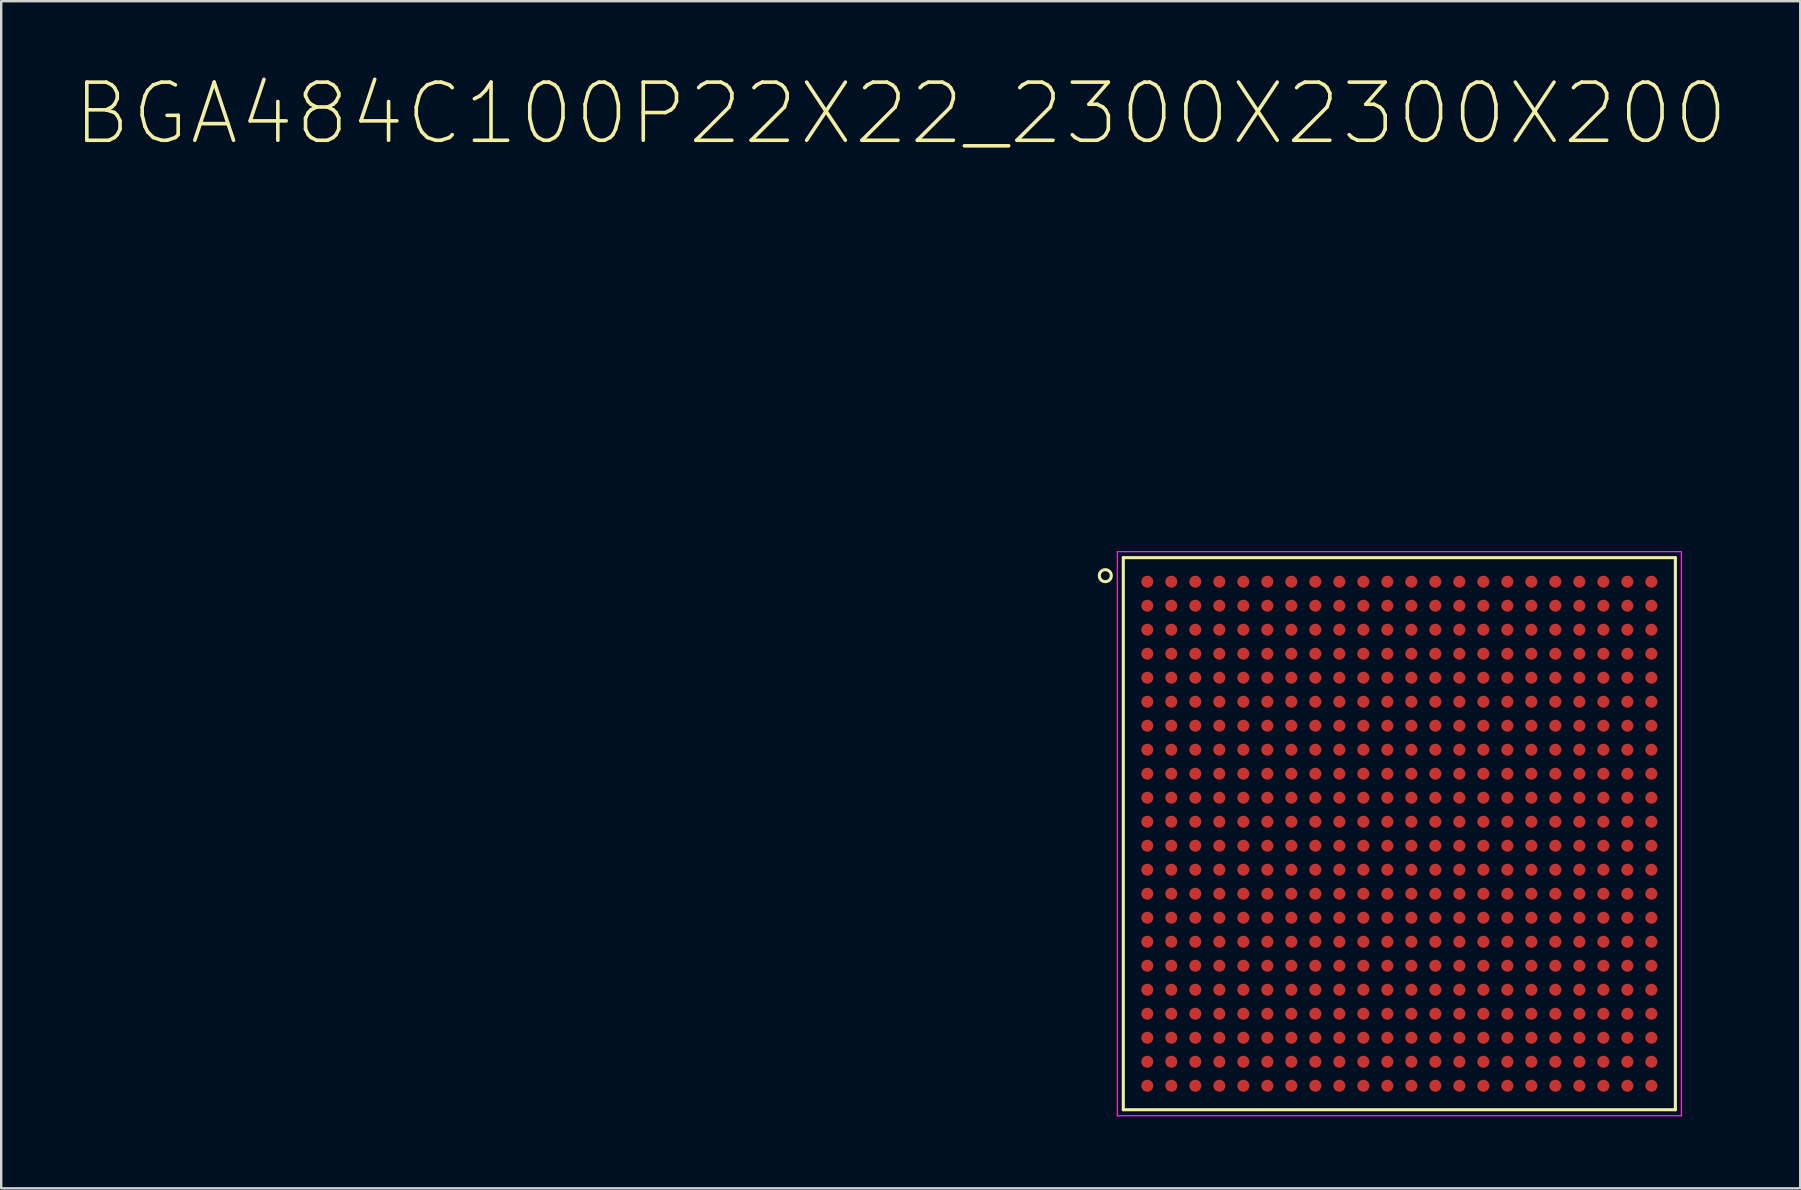
<source format=kicad_pcb>
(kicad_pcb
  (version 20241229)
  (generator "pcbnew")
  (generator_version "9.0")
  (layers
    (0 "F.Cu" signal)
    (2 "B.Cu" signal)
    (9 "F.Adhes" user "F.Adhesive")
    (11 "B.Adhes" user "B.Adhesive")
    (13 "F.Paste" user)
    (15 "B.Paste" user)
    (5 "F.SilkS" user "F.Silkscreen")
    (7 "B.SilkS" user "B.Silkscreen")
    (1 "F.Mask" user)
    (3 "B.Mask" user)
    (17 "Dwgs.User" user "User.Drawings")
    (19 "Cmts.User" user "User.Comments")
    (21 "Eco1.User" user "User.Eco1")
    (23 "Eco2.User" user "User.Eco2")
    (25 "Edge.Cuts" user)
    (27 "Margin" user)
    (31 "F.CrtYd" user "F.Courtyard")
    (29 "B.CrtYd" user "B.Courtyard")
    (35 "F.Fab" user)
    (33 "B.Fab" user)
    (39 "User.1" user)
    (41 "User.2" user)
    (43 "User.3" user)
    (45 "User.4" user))
  (footprint "BGA484C100P22X22_2300X2300X200"
    (layer "F.Cu")
    (at 55.248 31.683)
    (property "Reference" "BGA484C100P22X22_2300X2300X200" (at -20.773 -30.003 0) (layer "F.SilkS") (effects (font (size 2.422 2.422) (thickness 0.15))))
    (attr through_hole)
    (fp_line (start -11.5 -11.5) (end 11.5 -11.5) (stroke (width 0.127) (type solid)) (layer "F.SilkS"))
    (fp_line (start -11.5 11.5) (end -11.5 -11.5) (stroke (width 0.127) (type solid)) (layer "F.SilkS"))
    (fp_line (start 11.5 -11.5) (end 11.5 11.5) (stroke (width 0.127) (type solid)) (layer "F.SilkS"))
    (fp_line (start 11.5 11.5) (end -11.5 11.5) (stroke (width 0.127) (type solid)) (layer "F.SilkS"))
    (fp_circle (center -12.25 -10.75) (end -12 -10.75) (stroke (width 0.127) (type solid)) (fill no) (layer "F.SilkS"))
    (fp_line (start -11.75 -11.75) (end 11.75 -11.75) (stroke (width 0.05) (type solid)) (layer "F.CrtYd"))
    (fp_line (start -11.75 11.75) (end -11.75 -11.75) (stroke (width 0.05) (type solid)) (layer "F.CrtYd"))
    (fp_line (start 11.75 -11.75) (end 11.75 11.75) (stroke (width 0.05) (type solid)) (layer "F.CrtYd"))
    (fp_line (start 11.75 11.75) (end -11.75 11.75) (stroke (width 0.05) (type solid)) (layer "F.CrtYd"))
    (pad "A1" smd circle (at -10.5 -10.5) (size 0.5 0.5) (layers "F.Cu" "F.Mask" "F.Paste"))
    (pad "A2" smd circle (at -9.5 -10.5) (size 0.5 0.5) (layers "F.Cu" "F.Mask" "F.Paste"))
    (pad "A3" smd circle (at -8.5 -10.5) (size 0.5 0.5) (layers "F.Cu" "F.Mask" "F.Paste"))
    (pad "A4" smd circle (at -7.5 -10.5) (size 0.5 0.5) (layers "F.Cu" "F.Mask" "F.Paste"))
    (pad "A5" smd circle (at -6.5 -10.5) (size 0.5 0.5) (layers "F.Cu" "F.Mask" "F.Paste"))
    (pad "A6" smd circle (at -5.5 -10.5) (size 0.5 0.5) (layers "F.Cu" "F.Mask" "F.Paste"))
    (pad "A7" smd circle (at -4.5 -10.5) (size 0.5 0.5) (layers "F.Cu" "F.Mask" "F.Paste"))
    (pad "A8" smd circle (at -3.5 -10.5) (size 0.5 0.5) (layers "F.Cu" "F.Mask" "F.Paste"))
    (pad "A9" smd circle (at -2.5 -10.5) (size 0.5 0.5) (layers "F.Cu" "F.Mask" "F.Paste"))
    (pad "A10" smd circle (at -1.5 -10.5) (size 0.5 0.5) (layers "F.Cu" "F.Mask" "F.Paste"))
    (pad "A11" smd circle (at -0.5 -10.5) (size 0.5 0.5) (layers "F.Cu" "F.Mask" "F.Paste"))
    (pad "A12" smd circle (at 0.5 -10.5) (size 0.5 0.5) (layers "F.Cu" "F.Mask" "F.Paste"))
    (pad "A13" smd circle (at 1.5 -10.5) (size 0.5 0.5) (layers "F.Cu" "F.Mask" "F.Paste"))
    (pad "A14" smd circle (at 2.5 -10.5) (size 0.5 0.5) (layers "F.Cu" "F.Mask" "F.Paste"))
    (pad "A15" smd circle (at 3.5 -10.5) (size 0.5 0.5) (layers "F.Cu" "F.Mask" "F.Paste"))
    (pad "A16" smd circle (at 4.5 -10.5) (size 0.5 0.5) (layers "F.Cu" "F.Mask" "F.Paste"))
    (pad "A17" smd circle (at 5.5 -10.5) (size 0.5 0.5) (layers "F.Cu" "F.Mask" "F.Paste"))
    (pad "A18" smd circle (at 6.5 -10.5) (size 0.5 0.5) (layers "F.Cu" "F.Mask" "F.Paste"))
    (pad "A19" smd circle (at 7.5 -10.5) (size 0.5 0.5) (layers "F.Cu" "F.Mask" "F.Paste"))
    (pad "A20" smd circle (at 8.5 -10.5) (size 0.5 0.5) (layers "F.Cu" "F.Mask" "F.Paste"))
    (pad "A21" smd circle (at 9.5 -10.5) (size 0.5 0.5) (layers "F.Cu" "F.Mask" "F.Paste"))
    (pad "A22" smd circle (at 10.5 -10.5) (size 0.5 0.5) (layers "F.Cu" "F.Mask" "F.Paste"))
    (pad "AA1" smd circle (at -10.5 9.5) (size 0.5 0.5) (layers "F.Cu" "F.Mask" "F.Paste"))
    (pad "AA2" smd circle (at -9.5 9.5) (size 0.5 0.5) (layers "F.Cu" "F.Mask" "F.Paste"))
    (pad "AA3" smd circle (at -8.5 9.5) (size 0.5 0.5) (layers "F.Cu" "F.Mask" "F.Paste"))
    (pad "AA4" smd circle (at -7.5 9.5) (size 0.5 0.5) (layers "F.Cu" "F.Mask" "F.Paste"))
    (pad "AA5" smd circle (at -6.5 9.5) (size 0.5 0.5) (layers "F.Cu" "F.Mask" "F.Paste"))
    (pad "AA6" smd circle (at -5.5 9.5) (size 0.5 0.5) (layers "F.Cu" "F.Mask" "F.Paste"))
    (pad "AA7" smd circle (at -4.5 9.5) (size 0.5 0.5) (layers "F.Cu" "F.Mask" "F.Paste"))
    (pad "AA8" smd circle (at -3.5 9.5) (size 0.5 0.5) (layers "F.Cu" "F.Mask" "F.Paste"))
    (pad "AA9" smd circle (at -2.5 9.5) (size 0.5 0.5) (layers "F.Cu" "F.Mask" "F.Paste"))
    (pad "AA10" smd circle (at -1.5 9.5) (size 0.5 0.5) (layers "F.Cu" "F.Mask" "F.Paste"))
    (pad "AA11" smd circle (at -0.5 9.5) (size 0.5 0.5) (layers "F.Cu" "F.Mask" "F.Paste"))
    (pad "AA12" smd circle (at 0.5 9.5) (size 0.5 0.5) (layers "F.Cu" "F.Mask" "F.Paste"))
    (pad "AA13" smd circle (at 1.5 9.5) (size 0.5 0.5) (layers "F.Cu" "F.Mask" "F.Paste"))
    (pad "AA14" smd circle (at 2.5 9.5) (size 0.5 0.5) (layers "F.Cu" "F.Mask" "F.Paste"))
    (pad "AA15" smd circle (at 3.5 9.5) (size 0.5 0.5) (layers "F.Cu" "F.Mask" "F.Paste"))
    (pad "AA16" smd circle (at 4.5 9.5) (size 0.5 0.5) (layers "F.Cu" "F.Mask" "F.Paste"))
    (pad "AA17" smd circle (at 5.5 9.5) (size 0.5 0.5) (layers "F.Cu" "F.Mask" "F.Paste"))
    (pad "AA18" smd circle (at 6.5 9.5) (size 0.5 0.5) (layers "F.Cu" "F.Mask" "F.Paste"))
    (pad "AA19" smd circle (at 7.5 9.5) (size 0.5 0.5) (layers "F.Cu" "F.Mask" "F.Paste"))
    (pad "AA20" smd circle (at 8.5 9.5) (size 0.5 0.5) (layers "F.Cu" "F.Mask" "F.Paste"))
    (pad "AA21" smd circle (at 9.5 9.5) (size 0.5 0.5) (layers "F.Cu" "F.Mask" "F.Paste"))
    (pad "AA22" smd circle (at 10.5 9.5) (size 0.5 0.5) (layers "F.Cu" "F.Mask" "F.Paste"))
    (pad "AB1" smd circle (at -10.5 10.5) (size 0.5 0.5) (layers "F.Cu" "F.Mask" "F.Paste"))
    (pad "AB2" smd circle (at -9.5 10.5) (size 0.5 0.5) (layers "F.Cu" "F.Mask" "F.Paste"))
    (pad "AB3" smd circle (at -8.5 10.5) (size 0.5 0.5) (layers "F.Cu" "F.Mask" "F.Paste"))
    (pad "AB4" smd circle (at -7.5 10.5) (size 0.5 0.5) (layers "F.Cu" "F.Mask" "F.Paste"))
    (pad "AB5" smd circle (at -6.5 10.5) (size 0.5 0.5) (layers "F.Cu" "F.Mask" "F.Paste"))
    (pad "AB6" smd circle (at -5.5 10.5) (size 0.5 0.5) (layers "F.Cu" "F.Mask" "F.Paste"))
    (pad "AB7" smd circle (at -4.5 10.5) (size 0.5 0.5) (layers "F.Cu" "F.Mask" "F.Paste"))
    (pad "AB8" smd circle (at -3.5 10.5) (size 0.5 0.5) (layers "F.Cu" "F.Mask" "F.Paste"))
    (pad "AB9" smd circle (at -2.5 10.5) (size 0.5 0.5) (layers "F.Cu" "F.Mask" "F.Paste"))
    (pad "AB10" smd circle (at -1.5 10.5) (size 0.5 0.5) (layers "F.Cu" "F.Mask" "F.Paste"))
    (pad "AB11" smd circle (at -0.5 10.5) (size 0.5 0.5) (layers "F.Cu" "F.Mask" "F.Paste"))
    (pad "AB12" smd circle (at 0.5 10.5) (size 0.5 0.5) (layers "F.Cu" "F.Mask" "F.Paste"))
    (pad "AB13" smd circle (at 1.5 10.5) (size 0.5 0.5) (layers "F.Cu" "F.Mask" "F.Paste"))
    (pad "AB14" smd circle (at 2.5 10.5) (size 0.5 0.5) (layers "F.Cu" "F.Mask" "F.Paste"))
    (pad "AB15" smd circle (at 3.5 10.5) (size 0.5 0.5) (layers "F.Cu" "F.Mask" "F.Paste"))
    (pad "AB16" smd circle (at 4.5 10.5) (size 0.5 0.5) (layers "F.Cu" "F.Mask" "F.Paste"))
    (pad "AB17" smd circle (at 5.5 10.5) (size 0.5 0.5) (layers "F.Cu" "F.Mask" "F.Paste"))
    (pad "AB18" smd circle (at 6.5 10.5) (size 0.5 0.5) (layers "F.Cu" "F.Mask" "F.Paste"))
    (pad "AB19" smd circle (at 7.5 10.5) (size 0.5 0.5) (layers "F.Cu" "F.Mask" "F.Paste"))
    (pad "AB20" smd circle (at 8.5 10.5) (size 0.5 0.5) (layers "F.Cu" "F.Mask" "F.Paste"))
    (pad "AB21" smd circle (at 9.5 10.5) (size 0.5 0.5) (layers "F.Cu" "F.Mask" "F.Paste"))
    (pad "AB22" smd circle (at 10.5 10.5) (size 0.5 0.5) (layers "F.Cu" "F.Mask" "F.Paste"))
    (pad "B1" smd circle (at -10.5 -9.5) (size 0.5 0.5) (layers "F.Cu" "F.Mask" "F.Paste"))
    (pad "B2" smd circle (at -9.5 -9.5) (size 0.5 0.5) (layers "F.Cu" "F.Mask" "F.Paste"))
    (pad "B3" smd circle (at -8.5 -9.5) (size 0.5 0.5) (layers "F.Cu" "F.Mask" "F.Paste"))
    (pad "B4" smd circle (at -7.5 -9.5) (size 0.5 0.5) (layers "F.Cu" "F.Mask" "F.Paste"))
    (pad "B5" smd circle (at -6.5 -9.5) (size 0.5 0.5) (layers "F.Cu" "F.Mask" "F.Paste"))
    (pad "B6" smd circle (at -5.5 -9.5) (size 0.5 0.5) (layers "F.Cu" "F.Mask" "F.Paste"))
    (pad "B7" smd circle (at -4.5 -9.5) (size 0.5 0.5) (layers "F.Cu" "F.Mask" "F.Paste"))
    (pad "B8" smd circle (at -3.5 -9.5) (size 0.5 0.5) (layers "F.Cu" "F.Mask" "F.Paste"))
    (pad "B9" smd circle (at -2.5 -9.5) (size 0.5 0.5) (layers "F.Cu" "F.Mask" "F.Paste"))
    (pad "B10" smd circle (at -1.5 -9.5) (size 0.5 0.5) (layers "F.Cu" "F.Mask" "F.Paste"))
    (pad "B11" smd circle (at -0.5 -9.5) (size 0.5 0.5) (layers "F.Cu" "F.Mask" "F.Paste"))
    (pad "B12" smd circle (at 0.5 -9.5) (size 0.5 0.5) (layers "F.Cu" "F.Mask" "F.Paste"))
    (pad "B13" smd circle (at 1.5 -9.5) (size 0.5 0.5) (layers "F.Cu" "F.Mask" "F.Paste"))
    (pad "B14" smd circle (at 2.5 -9.5) (size 0.5 0.5) (layers "F.Cu" "F.Mask" "F.Paste"))
    (pad "B15" smd circle (at 3.5 -9.5) (size 0.5 0.5) (layers "F.Cu" "F.Mask" "F.Paste"))
    (pad "B16" smd circle (at 4.5 -9.5) (size 0.5 0.5) (layers "F.Cu" "F.Mask" "F.Paste"))
    (pad "B17" smd circle (at 5.5 -9.5) (size 0.5 0.5) (layers "F.Cu" "F.Mask" "F.Paste"))
    (pad "B18" smd circle (at 6.5 -9.5) (size 0.5 0.5) (layers "F.Cu" "F.Mask" "F.Paste"))
    (pad "B19" smd circle (at 7.5 -9.5) (size 0.5 0.5) (layers "F.Cu" "F.Mask" "F.Paste"))
    (pad "B20" smd circle (at 8.5 -9.5) (size 0.5 0.5) (layers "F.Cu" "F.Mask" "F.Paste"))
    (pad "B21" smd circle (at 9.5 -9.5) (size 0.5 0.5) (layers "F.Cu" "F.Mask" "F.Paste"))
    (pad "B22" smd circle (at 10.5 -9.5) (size 0.5 0.5) (layers "F.Cu" "F.Mask" "F.Paste"))
    (pad "C1" smd circle (at -10.5 -8.5) (size 0.5 0.5) (layers "F.Cu" "F.Mask" "F.Paste"))
    (pad "C2" smd circle (at -9.5 -8.5) (size 0.5 0.5) (layers "F.Cu" "F.Mask" "F.Paste"))
    (pad "C3" smd circle (at -8.5 -8.5) (size 0.5 0.5) (layers "F.Cu" "F.Mask" "F.Paste"))
    (pad "C4" smd circle (at -7.5 -8.5) (size 0.5 0.5) (layers "F.Cu" "F.Mask" "F.Paste"))
    (pad "C5" smd circle (at -6.5 -8.5) (size 0.5 0.5) (layers "F.Cu" "F.Mask" "F.Paste"))
    (pad "C6" smd circle (at -5.5 -8.5) (size 0.5 0.5) (layers "F.Cu" "F.Mask" "F.Paste"))
    (pad "C7" smd circle (at -4.5 -8.5) (size 0.5 0.5) (layers "F.Cu" "F.Mask" "F.Paste"))
    (pad "C8" smd circle (at -3.5 -8.5) (size 0.5 0.5) (layers "F.Cu" "F.Mask" "F.Paste"))
    (pad "C9" smd circle (at -2.5 -8.5) (size 0.5 0.5) (layers "F.Cu" "F.Mask" "F.Paste"))
    (pad "C10" smd circle (at -1.5 -8.5) (size 0.5 0.5) (layers "F.Cu" "F.Mask" "F.Paste"))
    (pad "C11" smd circle (at -0.5 -8.5) (size 0.5 0.5) (layers "F.Cu" "F.Mask" "F.Paste"))
    (pad "C12" smd circle (at 0.5 -8.5) (size 0.5 0.5) (layers "F.Cu" "F.Mask" "F.Paste"))
    (pad "C13" smd circle (at 1.5 -8.5) (size 0.5 0.5) (layers "F.Cu" "F.Mask" "F.Paste"))
    (pad "C14" smd circle (at 2.5 -8.5) (size 0.5 0.5) (layers "F.Cu" "F.Mask" "F.Paste"))
    (pad "C15" smd circle (at 3.5 -8.5) (size 0.5 0.5) (layers "F.Cu" "F.Mask" "F.Paste"))
    (pad "C16" smd circle (at 4.5 -8.5) (size 0.5 0.5) (layers "F.Cu" "F.Mask" "F.Paste"))
    (pad "C17" smd circle (at 5.5 -8.5) (size 0.5 0.5) (layers "F.Cu" "F.Mask" "F.Paste"))
    (pad "C18" smd circle (at 6.5 -8.5) (size 0.5 0.5) (layers "F.Cu" "F.Mask" "F.Paste"))
    (pad "C19" smd circle (at 7.5 -8.5) (size 0.5 0.5) (layers "F.Cu" "F.Mask" "F.Paste"))
    (pad "C20" smd circle (at 8.5 -8.5) (size 0.5 0.5) (layers "F.Cu" "F.Mask" "F.Paste"))
    (pad "C21" smd circle (at 9.5 -8.5) (size 0.5 0.5) (layers "F.Cu" "F.Mask" "F.Paste"))
    (pad "C22" smd circle (at 10.5 -8.5) (size 0.5 0.5) (layers "F.Cu" "F.Mask" "F.Paste"))
    (pad "D1" smd circle (at -10.5 -7.5) (size 0.5 0.5) (layers "F.Cu" "F.Mask" "F.Paste"))
    (pad "D2" smd circle (at -9.5 -7.5) (size 0.5 0.5) (layers "F.Cu" "F.Mask" "F.Paste"))
    (pad "D3" smd circle (at -8.5 -7.5) (size 0.5 0.5) (layers "F.Cu" "F.Mask" "F.Paste"))
    (pad "D4" smd circle (at -7.5 -7.5) (size 0.5 0.5) (layers "F.Cu" "F.Mask" "F.Paste"))
    (pad "D5" smd circle (at -6.5 -7.5) (size 0.5 0.5) (layers "F.Cu" "F.Mask" "F.Paste"))
    (pad "D6" smd circle (at -5.5 -7.5) (size 0.5 0.5) (layers "F.Cu" "F.Mask" "F.Paste"))
    (pad "D7" smd circle (at -4.5 -7.5) (size 0.5 0.5) (layers "F.Cu" "F.Mask" "F.Paste"))
    (pad "D8" smd circle (at -3.5 -7.5) (size 0.5 0.5) (layers "F.Cu" "F.Mask" "F.Paste"))
    (pad "D9" smd circle (at -2.5 -7.5) (size 0.5 0.5) (layers "F.Cu" "F.Mask" "F.Paste"))
    (pad "D10" smd circle (at -1.5 -7.5) (size 0.5 0.5) (layers "F.Cu" "F.Mask" "F.Paste"))
    (pad "D11" smd circle (at -0.5 -7.5) (size 0.5 0.5) (layers "F.Cu" "F.Mask" "F.Paste"))
    (pad "D12" smd circle (at 0.5 -7.5) (size 0.5 0.5) (layers "F.Cu" "F.Mask" "F.Paste"))
    (pad "D13" smd circle (at 1.5 -7.5) (size 0.5 0.5) (layers "F.Cu" "F.Mask" "F.Paste"))
    (pad "D14" smd circle (at 2.5 -7.5) (size 0.5 0.5) (layers "F.Cu" "F.Mask" "F.Paste"))
    (pad "D15" smd circle (at 3.5 -7.5) (size 0.5 0.5) (layers "F.Cu" "F.Mask" "F.Paste"))
    (pad "D16" smd circle (at 4.5 -7.5) (size 0.5 0.5) (layers "F.Cu" "F.Mask" "F.Paste"))
    (pad "D17" smd circle (at 5.5 -7.5) (size 0.5 0.5) (layers "F.Cu" "F.Mask" "F.Paste"))
    (pad "D18" smd circle (at 6.5 -7.5) (size 0.5 0.5) (layers "F.Cu" "F.Mask" "F.Paste"))
    (pad "D19" smd circle (at 7.5 -7.5) (size 0.5 0.5) (layers "F.Cu" "F.Mask" "F.Paste"))
    (pad "D20" smd circle (at 8.5 -7.5) (size 0.5 0.5) (layers "F.Cu" "F.Mask" "F.Paste"))
    (pad "D21" smd circle (at 9.5 -7.5) (size 0.5 0.5) (layers "F.Cu" "F.Mask" "F.Paste"))
    (pad "D22" smd circle (at 10.5 -7.5) (size 0.5 0.5) (layers "F.Cu" "F.Mask" "F.Paste"))
    (pad "E1" smd circle (at -10.5 -6.5) (size 0.5 0.5) (layers "F.Cu" "F.Mask" "F.Paste"))
    (pad "E2" smd circle (at -9.5 -6.5) (size 0.5 0.5) (layers "F.Cu" "F.Mask" "F.Paste"))
    (pad "E3" smd circle (at -8.5 -6.5) (size 0.5 0.5) (layers "F.Cu" "F.Mask" "F.Paste"))
    (pad "E4" smd circle (at -7.5 -6.5) (size 0.5 0.5) (layers "F.Cu" "F.Mask" "F.Paste"))
    (pad "E5" smd circle (at -6.5 -6.5) (size 0.5 0.5) (layers "F.Cu" "F.Mask" "F.Paste"))
    (pad "E6" smd circle (at -5.5 -6.5) (size 0.5 0.5) (layers "F.Cu" "F.Mask" "F.Paste"))
    (pad "E7" smd circle (at -4.5 -6.5) (size 0.5 0.5) (layers "F.Cu" "F.Mask" "F.Paste"))
    (pad "E8" smd circle (at -3.5 -6.5) (size 0.5 0.5) (layers "F.Cu" "F.Mask" "F.Paste"))
    (pad "E9" smd circle (at -2.5 -6.5) (size 0.5 0.5) (layers "F.Cu" "F.Mask" "F.Paste"))
    (pad "E10" smd circle (at -1.5 -6.5) (size 0.5 0.5) (layers "F.Cu" "F.Mask" "F.Paste"))
    (pad "E11" smd circle (at -0.5 -6.5) (size 0.5 0.5) (layers "F.Cu" "F.Mask" "F.Paste"))
    (pad "E12" smd circle (at 0.5 -6.5) (size 0.5 0.5) (layers "F.Cu" "F.Mask" "F.Paste"))
    (pad "E13" smd circle (at 1.5 -6.5) (size 0.5 0.5) (layers "F.Cu" "F.Mask" "F.Paste"))
    (pad "E14" smd circle (at 2.5 -6.5) (size 0.5 0.5) (layers "F.Cu" "F.Mask" "F.Paste"))
    (pad "E15" smd circle (at 3.5 -6.5) (size 0.5 0.5) (layers "F.Cu" "F.Mask" "F.Paste"))
    (pad "E16" smd circle (at 4.5 -6.5) (size 0.5 0.5) (layers "F.Cu" "F.Mask" "F.Paste"))
    (pad "E17" smd circle (at 5.5 -6.5) (size 0.5 0.5) (layers "F.Cu" "F.Mask" "F.Paste"))
    (pad "E18" smd circle (at 6.5 -6.5) (size 0.5 0.5) (layers "F.Cu" "F.Mask" "F.Paste"))
    (pad "E19" smd circle (at 7.5 -6.5) (size 0.5 0.5) (layers "F.Cu" "F.Mask" "F.Paste"))
    (pad "E20" smd circle (at 8.5 -6.5) (size 0.5 0.5) (layers "F.Cu" "F.Mask" "F.Paste"))
    (pad "E21" smd circle (at 9.5 -6.5) (size 0.5 0.5) (layers "F.Cu" "F.Mask" "F.Paste"))
    (pad "E22" smd circle (at 10.5 -6.5) (size 0.5 0.5) (layers "F.Cu" "F.Mask" "F.Paste"))
    (pad "F1" smd circle (at -10.5 -5.5) (size 0.5 0.5) (layers "F.Cu" "F.Mask" "F.Paste"))
    (pad "F2" smd circle (at -9.5 -5.5) (size 0.5 0.5) (layers "F.Cu" "F.Mask" "F.Paste"))
    (pad "F3" smd circle (at -8.5 -5.5) (size 0.5 0.5) (layers "F.Cu" "F.Mask" "F.Paste"))
    (pad "F4" smd circle (at -7.5 -5.5) (size 0.5 0.5) (layers "F.Cu" "F.Mask" "F.Paste"))
    (pad "F5" smd circle (at -6.5 -5.5) (size 0.5 0.5) (layers "F.Cu" "F.Mask" "F.Paste"))
    (pad "F6" smd circle (at -5.5 -5.5) (size 0.5 0.5) (layers "F.Cu" "F.Mask" "F.Paste"))
    (pad "F7" smd circle (at -4.5 -5.5) (size 0.5 0.5) (layers "F.Cu" "F.Mask" "F.Paste"))
    (pad "F8" smd circle (at -3.5 -5.5) (size 0.5 0.5) (layers "F.Cu" "F.Mask" "F.Paste"))
    (pad "F9" smd circle (at -2.5 -5.5) (size 0.5 0.5) (layers "F.Cu" "F.Mask" "F.Paste"))
    (pad "F10" smd circle (at -1.5 -5.5) (size 0.5 0.5) (layers "F.Cu" "F.Mask" "F.Paste"))
    (pad "F11" smd circle (at -0.5 -5.5) (size 0.5 0.5) (layers "F.Cu" "F.Mask" "F.Paste"))
    (pad "F12" smd circle (at 0.5 -5.5) (size 0.5 0.5) (layers "F.Cu" "F.Mask" "F.Paste"))
    (pad "F13" smd circle (at 1.5 -5.5) (size 0.5 0.5) (layers "F.Cu" "F.Mask" "F.Paste"))
    (pad "F14" smd circle (at 2.5 -5.5) (size 0.5 0.5) (layers "F.Cu" "F.Mask" "F.Paste"))
    (pad "F15" smd circle (at 3.5 -5.5) (size 0.5 0.5) (layers "F.Cu" "F.Mask" "F.Paste"))
    (pad "F16" smd circle (at 4.5 -5.5) (size 0.5 0.5) (layers "F.Cu" "F.Mask" "F.Paste"))
    (pad "F17" smd circle (at 5.5 -5.5) (size 0.5 0.5) (layers "F.Cu" "F.Mask" "F.Paste"))
    (pad "F18" smd circle (at 6.5 -5.5) (size 0.5 0.5) (layers "F.Cu" "F.Mask" "F.Paste"))
    (pad "F19" smd circle (at 7.5 -5.5) (size 0.5 0.5) (layers "F.Cu" "F.Mask" "F.Paste"))
    (pad "F20" smd circle (at 8.5 -5.5) (size 0.5 0.5) (layers "F.Cu" "F.Mask" "F.Paste"))
    (pad "F21" smd circle (at 9.5 -5.5) (size 0.5 0.5) (layers "F.Cu" "F.Mask" "F.Paste"))
    (pad "F22" smd circle (at 10.5 -5.5) (size 0.5 0.5) (layers "F.Cu" "F.Mask" "F.Paste"))
    (pad "G1" smd circle (at -10.5 -4.5) (size 0.5 0.5) (layers "F.Cu" "F.Mask" "F.Paste"))
    (pad "G2" smd circle (at -9.5 -4.5) (size 0.5 0.5) (layers "F.Cu" "F.Mask" "F.Paste"))
    (pad "G3" smd circle (at -8.5 -4.5) (size 0.5 0.5) (layers "F.Cu" "F.Mask" "F.Paste"))
    (pad "G4" smd circle (at -7.5 -4.5) (size 0.5 0.5) (layers "F.Cu" "F.Mask" "F.Paste"))
    (pad "G5" smd circle (at -6.5 -4.5) (size 0.5 0.5) (layers "F.Cu" "F.Mask" "F.Paste"))
    (pad "G6" smd circle (at -5.5 -4.5) (size 0.5 0.5) (layers "F.Cu" "F.Mask" "F.Paste"))
    (pad "G7" smd circle (at -4.5 -4.5) (size 0.5 0.5) (layers "F.Cu" "F.Mask" "F.Paste"))
    (pad "G8" smd circle (at -3.5 -4.5) (size 0.5 0.5) (layers "F.Cu" "F.Mask" "F.Paste"))
    (pad "G9" smd circle (at -2.5 -4.5) (size 0.5 0.5) (layers "F.Cu" "F.Mask" "F.Paste"))
    (pad "G10" smd circle (at -1.5 -4.5) (size 0.5 0.5) (layers "F.Cu" "F.Mask" "F.Paste"))
    (pad "G11" smd circle (at -0.5 -4.5) (size 0.5 0.5) (layers "F.Cu" "F.Mask" "F.Paste"))
    (pad "G12" smd circle (at 0.5 -4.5) (size 0.5 0.5) (layers "F.Cu" "F.Mask" "F.Paste"))
    (pad "G13" smd circle (at 1.5 -4.5) (size 0.5 0.5) (layers "F.Cu" "F.Mask" "F.Paste"))
    (pad "G14" smd circle (at 2.5 -4.5) (size 0.5 0.5) (layers "F.Cu" "F.Mask" "F.Paste"))
    (pad "G15" smd circle (at 3.5 -4.5) (size 0.5 0.5) (layers "F.Cu" "F.Mask" "F.Paste"))
    (pad "G16" smd circle (at 4.5 -4.5) (size 0.5 0.5) (layers "F.Cu" "F.Mask" "F.Paste"))
    (pad "G17" smd circle (at 5.5 -4.5) (size 0.5 0.5) (layers "F.Cu" "F.Mask" "F.Paste"))
    (pad "G18" smd circle (at 6.5 -4.5) (size 0.5 0.5) (layers "F.Cu" "F.Mask" "F.Paste"))
    (pad "G19" smd circle (at 7.5 -4.5) (size 0.5 0.5) (layers "F.Cu" "F.Mask" "F.Paste"))
    (pad "G20" smd circle (at 8.5 -4.5) (size 0.5 0.5) (layers "F.Cu" "F.Mask" "F.Paste"))
    (pad "G21" smd circle (at 9.5 -4.5) (size 0.5 0.5) (layers "F.Cu" "F.Mask" "F.Paste"))
    (pad "G22" smd circle (at 10.5 -4.5) (size 0.5 0.5) (layers "F.Cu" "F.Mask" "F.Paste"))
    (pad "H1" smd circle (at -10.5 -3.5) (size 0.5 0.5) (layers "F.Cu" "F.Mask" "F.Paste"))
    (pad "H2" smd circle (at -9.5 -3.5) (size 0.5 0.5) (layers "F.Cu" "F.Mask" "F.Paste"))
    (pad "H3" smd circle (at -8.5 -3.5) (size 0.5 0.5) (layers "F.Cu" "F.Mask" "F.Paste"))
    (pad "H4" smd circle (at -7.5 -3.5) (size 0.5 0.5) (layers "F.Cu" "F.Mask" "F.Paste"))
    (pad "H5" smd circle (at -6.5 -3.5) (size 0.5 0.5) (layers "F.Cu" "F.Mask" "F.Paste"))
    (pad "H6" smd circle (at -5.5 -3.5) (size 0.5 0.5) (layers "F.Cu" "F.Mask" "F.Paste"))
    (pad "H7" smd circle (at -4.5 -3.5) (size 0.5 0.5) (layers "F.Cu" "F.Mask" "F.Paste"))
    (pad "H8" smd circle (at -3.5 -3.5) (size 0.5 0.5) (layers "F.Cu" "F.Mask" "F.Paste"))
    (pad "H9" smd circle (at -2.5 -3.5) (size 0.5 0.5) (layers "F.Cu" "F.Mask" "F.Paste"))
    (pad "H10" smd circle (at -1.5 -3.5) (size 0.5 0.5) (layers "F.Cu" "F.Mask" "F.Paste"))
    (pad "H11" smd circle (at -0.5 -3.5) (size 0.5 0.5) (layers "F.Cu" "F.Mask" "F.Paste"))
    (pad "H12" smd circle (at 0.5 -3.5) (size 0.5 0.5) (layers "F.Cu" "F.Mask" "F.Paste"))
    (pad "H13" smd circle (at 1.5 -3.5) (size 0.5 0.5) (layers "F.Cu" "F.Mask" "F.Paste"))
    (pad "H14" smd circle (at 2.5 -3.5) (size 0.5 0.5) (layers "F.Cu" "F.Mask" "F.Paste"))
    (pad "H15" smd circle (at 3.5 -3.5) (size 0.5 0.5) (layers "F.Cu" "F.Mask" "F.Paste"))
    (pad "H16" smd circle (at 4.5 -3.5) (size 0.5 0.5) (layers "F.Cu" "F.Mask" "F.Paste"))
    (pad "H17" smd circle (at 5.5 -3.5) (size 0.5 0.5) (layers "F.Cu" "F.Mask" "F.Paste"))
    (pad "H18" smd circle (at 6.5 -3.5) (size 0.5 0.5) (layers "F.Cu" "F.Mask" "F.Paste"))
    (pad "H19" smd circle (at 7.5 -3.5) (size 0.5 0.5) (layers "F.Cu" "F.Mask" "F.Paste"))
    (pad "H20" smd circle (at 8.5 -3.5) (size 0.5 0.5) (layers "F.Cu" "F.Mask" "F.Paste"))
    (pad "H21" smd circle (at 9.5 -3.5) (size 0.5 0.5) (layers "F.Cu" "F.Mask" "F.Paste"))
    (pad "H22" smd circle (at 10.5 -3.5) (size 0.5 0.5) (layers "F.Cu" "F.Mask" "F.Paste"))
    (pad "J1" smd circle (at -10.5 -2.5) (size 0.5 0.5) (layers "F.Cu" "F.Mask" "F.Paste"))
    (pad "J2" smd circle (at -9.5 -2.5) (size 0.5 0.5) (layers "F.Cu" "F.Mask" "F.Paste"))
    (pad "J3" smd circle (at -8.5 -2.5) (size 0.5 0.5) (layers "F.Cu" "F.Mask" "F.Paste"))
    (pad "J4" smd circle (at -7.5 -2.5) (size 0.5 0.5) (layers "F.Cu" "F.Mask" "F.Paste"))
    (pad "J5" smd circle (at -6.5 -2.5) (size 0.5 0.5) (layers "F.Cu" "F.Mask" "F.Paste"))
    (pad "J6" smd circle (at -5.5 -2.5) (size 0.5 0.5) (layers "F.Cu" "F.Mask" "F.Paste"))
    (pad "J7" smd circle (at -4.5 -2.5) (size 0.5 0.5) (layers "F.Cu" "F.Mask" "F.Paste"))
    (pad "J8" smd circle (at -3.5 -2.5) (size 0.5 0.5) (layers "F.Cu" "F.Mask" "F.Paste"))
    (pad "J9" smd circle (at -2.5 -2.5) (size 0.5 0.5) (layers "F.Cu" "F.Mask" "F.Paste"))
    (pad "J10" smd circle (at -1.5 -2.5) (size 0.5 0.5) (layers "F.Cu" "F.Mask" "F.Paste"))
    (pad "J11" smd circle (at -0.5 -2.5) (size 0.5 0.5) (layers "F.Cu" "F.Mask" "F.Paste"))
    (pad "J12" smd circle (at 0.5 -2.5) (size 0.5 0.5) (layers "F.Cu" "F.Mask" "F.Paste"))
    (pad "J13" smd circle (at 1.5 -2.5) (size 0.5 0.5) (layers "F.Cu" "F.Mask" "F.Paste"))
    (pad "J14" smd circle (at 2.5 -2.5) (size 0.5 0.5) (layers "F.Cu" "F.Mask" "F.Paste"))
    (pad "J15" smd circle (at 3.5 -2.5) (size 0.5 0.5) (layers "F.Cu" "F.Mask" "F.Paste"))
    (pad "J16" smd circle (at 4.5 -2.5) (size 0.5 0.5) (layers "F.Cu" "F.Mask" "F.Paste"))
    (pad "J17" smd circle (at 5.5 -2.5) (size 0.5 0.5) (layers "F.Cu" "F.Mask" "F.Paste"))
    (pad "J18" smd circle (at 6.5 -2.5) (size 0.5 0.5) (layers "F.Cu" "F.Mask" "F.Paste"))
    (pad "J19" smd circle (at 7.5 -2.5) (size 0.5 0.5) (layers "F.Cu" "F.Mask" "F.Paste"))
    (pad "J20" smd circle (at 8.5 -2.5) (size 0.5 0.5) (layers "F.Cu" "F.Mask" "F.Paste"))
    (pad "J21" smd circle (at 9.5 -2.5) (size 0.5 0.5) (layers "F.Cu" "F.Mask" "F.Paste"))
    (pad "J22" smd circle (at 10.5 -2.5) (size 0.5 0.5) (layers "F.Cu" "F.Mask" "F.Paste"))
    (pad "K1" smd circle (at -10.5 -1.5) (size 0.5 0.5) (layers "F.Cu" "F.Mask" "F.Paste"))
    (pad "K2" smd circle (at -9.5 -1.5) (size 0.5 0.5) (layers "F.Cu" "F.Mask" "F.Paste"))
    (pad "K3" smd circle (at -8.5 -1.5) (size 0.5 0.5) (layers "F.Cu" "F.Mask" "F.Paste"))
    (pad "K4" smd circle (at -7.5 -1.5) (size 0.5 0.5) (layers "F.Cu" "F.Mask" "F.Paste"))
    (pad "K5" smd circle (at -6.5 -1.5) (size 0.5 0.5) (layers "F.Cu" "F.Mask" "F.Paste"))
    (pad "K6" smd circle (at -5.5 -1.5) (size 0.5 0.5) (layers "F.Cu" "F.Mask" "F.Paste"))
    (pad "K7" smd circle (at -4.5 -1.5) (size 0.5 0.5) (layers "F.Cu" "F.Mask" "F.Paste"))
    (pad "K8" smd circle (at -3.5 -1.5) (size 0.5 0.5) (layers "F.Cu" "F.Mask" "F.Paste"))
    (pad "K9" smd circle (at -2.5 -1.5) (size 0.5 0.5) (layers "F.Cu" "F.Mask" "F.Paste"))
    (pad "K10" smd circle (at -1.5 -1.5) (size 0.5 0.5) (layers "F.Cu" "F.Mask" "F.Paste"))
    (pad "K11" smd circle (at -0.5 -1.5) (size 0.5 0.5) (layers "F.Cu" "F.Mask" "F.Paste"))
    (pad "K12" smd circle (at 0.5 -1.5) (size 0.5 0.5) (layers "F.Cu" "F.Mask" "F.Paste"))
    (pad "K13" smd circle (at 1.5 -1.5) (size 0.5 0.5) (layers "F.Cu" "F.Mask" "F.Paste"))
    (pad "K14" smd circle (at 2.5 -1.5) (size 0.5 0.5) (layers "F.Cu" "F.Mask" "F.Paste"))
    (pad "K15" smd circle (at 3.5 -1.5) (size 0.5 0.5) (layers "F.Cu" "F.Mask" "F.Paste"))
    (pad "K16" smd circle (at 4.5 -1.5) (size 0.5 0.5) (layers "F.Cu" "F.Mask" "F.Paste"))
    (pad "K17" smd circle (at 5.5 -1.5) (size 0.5 0.5) (layers "F.Cu" "F.Mask" "F.Paste"))
    (pad "K18" smd circle (at 6.5 -1.5) (size 0.5 0.5) (layers "F.Cu" "F.Mask" "F.Paste"))
    (pad "K19" smd circle (at 7.5 -1.5) (size 0.5 0.5) (layers "F.Cu" "F.Mask" "F.Paste"))
    (pad "K20" smd circle (at 8.5 -1.5) (size 0.5 0.5) (layers "F.Cu" "F.Mask" "F.Paste"))
    (pad "K21" smd circle (at 9.5 -1.5) (size 0.5 0.5) (layers "F.Cu" "F.Mask" "F.Paste"))
    (pad "K22" smd circle (at 10.5 -1.5) (size 0.5 0.5) (layers "F.Cu" "F.Mask" "F.Paste"))
    (pad "L1" smd circle (at -10.5 -0.5) (size 0.5 0.5) (layers "F.Cu" "F.Mask" "F.Paste"))
    (pad "L2" smd circle (at -9.5 -0.5) (size 0.5 0.5) (layers "F.Cu" "F.Mask" "F.Paste"))
    (pad "L3" smd circle (at -8.5 -0.5) (size 0.5 0.5) (layers "F.Cu" "F.Mask" "F.Paste"))
    (pad "L4" smd circle (at -7.5 -0.5) (size 0.5 0.5) (layers "F.Cu" "F.Mask" "F.Paste"))
    (pad "L5" smd circle (at -6.5 -0.5) (size 0.5 0.5) (layers "F.Cu" "F.Mask" "F.Paste"))
    (pad "L6" smd circle (at -5.5 -0.5) (size 0.5 0.5) (layers "F.Cu" "F.Mask" "F.Paste"))
    (pad "L7" smd circle (at -4.5 -0.5) (size 0.5 0.5) (layers "F.Cu" "F.Mask" "F.Paste"))
    (pad "L8" smd circle (at -3.5 -0.5) (size 0.5 0.5) (layers "F.Cu" "F.Mask" "F.Paste"))
    (pad "L9" smd circle (at -2.5 -0.5) (size 0.5 0.5) (layers "F.Cu" "F.Mask" "F.Paste"))
    (pad "L10" smd circle (at -1.5 -0.5) (size 0.5 0.5) (layers "F.Cu" "F.Mask" "F.Paste"))
    (pad "L11" smd circle (at -0.5 -0.5) (size 0.5 0.5) (layers "F.Cu" "F.Mask" "F.Paste"))
    (pad "L12" smd circle (at 0.5 -0.5) (size 0.5 0.5) (layers "F.Cu" "F.Mask" "F.Paste"))
    (pad "L13" smd circle (at 1.5 -0.5) (size 0.5 0.5) (layers "F.Cu" "F.Mask" "F.Paste"))
    (pad "L14" smd circle (at 2.5 -0.5) (size 0.5 0.5) (layers "F.Cu" "F.Mask" "F.Paste"))
    (pad "L15" smd circle (at 3.5 -0.5) (size 0.5 0.5) (layers "F.Cu" "F.Mask" "F.Paste"))
    (pad "L16" smd circle (at 4.5 -0.5) (size 0.5 0.5) (layers "F.Cu" "F.Mask" "F.Paste"))
    (pad "L17" smd circle (at 5.5 -0.5) (size 0.5 0.5) (layers "F.Cu" "F.Mask" "F.Paste"))
    (pad "L18" smd circle (at 6.5 -0.5) (size 0.5 0.5) (layers "F.Cu" "F.Mask" "F.Paste"))
    (pad "L19" smd circle (at 7.5 -0.5) (size 0.5 0.5) (layers "F.Cu" "F.Mask" "F.Paste"))
    (pad "L20" smd circle (at 8.5 -0.5) (size 0.5 0.5) (layers "F.Cu" "F.Mask" "F.Paste"))
    (pad "L21" smd circle (at 9.5 -0.5) (size 0.5 0.5) (layers "F.Cu" "F.Mask" "F.Paste"))
    (pad "L22" smd circle (at 10.5 -0.5) (size 0.5 0.5) (layers "F.Cu" "F.Mask" "F.Paste"))
    (pad "M1" smd circle (at -10.5 0.5) (size 0.5 0.5) (layers "F.Cu" "F.Mask" "F.Paste"))
    (pad "M2" smd circle (at -9.5 0.5) (size 0.5 0.5) (layers "F.Cu" "F.Mask" "F.Paste"))
    (pad "M3" smd circle (at -8.5 0.5) (size 0.5 0.5) (layers "F.Cu" "F.Mask" "F.Paste"))
    (pad "M4" smd circle (at -7.5 0.5) (size 0.5 0.5) (layers "F.Cu" "F.Mask" "F.Paste"))
    (pad "M5" smd circle (at -6.5 0.5) (size 0.5 0.5) (layers "F.Cu" "F.Mask" "F.Paste"))
    (pad "M6" smd circle (at -5.5 0.5) (size 0.5 0.5) (layers "F.Cu" "F.Mask" "F.Paste"))
    (pad "M7" smd circle (at -4.5 0.5) (size 0.5 0.5) (layers "F.Cu" "F.Mask" "F.Paste"))
    (pad "M8" smd circle (at -3.5 0.5) (size 0.5 0.5) (layers "F.Cu" "F.Mask" "F.Paste"))
    (pad "M9" smd circle (at -2.5 0.5) (size 0.5 0.5) (layers "F.Cu" "F.Mask" "F.Paste"))
    (pad "M10" smd circle (at -1.5 0.5) (size 0.5 0.5) (layers "F.Cu" "F.Mask" "F.Paste"))
    (pad "M11" smd circle (at -0.5 0.5) (size 0.5 0.5) (layers "F.Cu" "F.Mask" "F.Paste"))
    (pad "M12" smd circle (at 0.5 0.5) (size 0.5 0.5) (layers "F.Cu" "F.Mask" "F.Paste"))
    (pad "M13" smd circle (at 1.5 0.5) (size 0.5 0.5) (layers "F.Cu" "F.Mask" "F.Paste"))
    (pad "M14" smd circle (at 2.5 0.5) (size 0.5 0.5) (layers "F.Cu" "F.Mask" "F.Paste"))
    (pad "M15" smd circle (at 3.5 0.5) (size 0.5 0.5) (layers "F.Cu" "F.Mask" "F.Paste"))
    (pad "M16" smd circle (at 4.5 0.5) (size 0.5 0.5) (layers "F.Cu" "F.Mask" "F.Paste"))
    (pad "M17" smd circle (at 5.5 0.5) (size 0.5 0.5) (layers "F.Cu" "F.Mask" "F.Paste"))
    (pad "M18" smd circle (at 6.5 0.5) (size 0.5 0.5) (layers "F.Cu" "F.Mask" "F.Paste"))
    (pad "M19" smd circle (at 7.5 0.5) (size 0.5 0.5) (layers "F.Cu" "F.Mask" "F.Paste"))
    (pad "M20" smd circle (at 8.5 0.5) (size 0.5 0.5) (layers "F.Cu" "F.Mask" "F.Paste"))
    (pad "M21" smd circle (at 9.5 0.5) (size 0.5 0.5) (layers "F.Cu" "F.Mask" "F.Paste"))
    (pad "M22" smd circle (at 10.5 0.5) (size 0.5 0.5) (layers "F.Cu" "F.Mask" "F.Paste"))
    (pad "N1" smd circle (at -10.5 1.5) (size 0.5 0.5) (layers "F.Cu" "F.Mask" "F.Paste"))
    (pad "N2" smd circle (at -9.5 1.5) (size 0.5 0.5) (layers "F.Cu" "F.Mask" "F.Paste"))
    (pad "N3" smd circle (at -8.5 1.5) (size 0.5 0.5) (layers "F.Cu" "F.Mask" "F.Paste"))
    (pad "N4" smd circle (at -7.5 1.5) (size 0.5 0.5) (layers "F.Cu" "F.Mask" "F.Paste"))
    (pad "N5" smd circle (at -6.5 1.5) (size 0.5 0.5) (layers "F.Cu" "F.Mask" "F.Paste"))
    (pad "N6" smd circle (at -5.5 1.5) (size 0.5 0.5) (layers "F.Cu" "F.Mask" "F.Paste"))
    (pad "N7" smd circle (at -4.5 1.5) (size 0.5 0.5) (layers "F.Cu" "F.Mask" "F.Paste"))
    (pad "N8" smd circle (at -3.5 1.5) (size 0.5 0.5) (layers "F.Cu" "F.Mask" "F.Paste"))
    (pad "N9" smd circle (at -2.5 1.5) (size 0.5 0.5) (layers "F.Cu" "F.Mask" "F.Paste"))
    (pad "N10" smd circle (at -1.5 1.5) (size 0.5 0.5) (layers "F.Cu" "F.Mask" "F.Paste"))
    (pad "N11" smd circle (at -0.5 1.5) (size 0.5 0.5) (layers "F.Cu" "F.Mask" "F.Paste"))
    (pad "N12" smd circle (at 0.5 1.5) (size 0.5 0.5) (layers "F.Cu" "F.Mask" "F.Paste"))
    (pad "N13" smd circle (at 1.5 1.5) (size 0.5 0.5) (layers "F.Cu" "F.Mask" "F.Paste"))
    (pad "N14" smd circle (at 2.5 1.5) (size 0.5 0.5) (layers "F.Cu" "F.Mask" "F.Paste"))
    (pad "N15" smd circle (at 3.5 1.5) (size 0.5 0.5) (layers "F.Cu" "F.Mask" "F.Paste"))
    (pad "N16" smd circle (at 4.5 1.5) (size 0.5 0.5) (layers "F.Cu" "F.Mask" "F.Paste"))
    (pad "N17" smd circle (at 5.5 1.5) (size 0.5 0.5) (layers "F.Cu" "F.Mask" "F.Paste"))
    (pad "N18" smd circle (at 6.5 1.5) (size 0.5 0.5) (layers "F.Cu" "F.Mask" "F.Paste"))
    (pad "N19" smd circle (at 7.5 1.5) (size 0.5 0.5) (layers "F.Cu" "F.Mask" "F.Paste"))
    (pad "N20" smd circle (at 8.5 1.5) (size 0.5 0.5) (layers "F.Cu" "F.Mask" "F.Paste"))
    (pad "N21" smd circle (at 9.5 1.5) (size 0.5 0.5) (layers "F.Cu" "F.Mask" "F.Paste"))
    (pad "N22" smd circle (at 10.5 1.5) (size 0.5 0.5) (layers "F.Cu" "F.Mask" "F.Paste"))
    (pad "P1" smd circle (at -10.5 2.5) (size 0.5 0.5) (layers "F.Cu" "F.Mask" "F.Paste"))
    (pad "P2" smd circle (at -9.5 2.5) (size 0.5 0.5) (layers "F.Cu" "F.Mask" "F.Paste"))
    (pad "P3" smd circle (at -8.5 2.5) (size 0.5 0.5) (layers "F.Cu" "F.Mask" "F.Paste"))
    (pad "P4" smd circle (at -7.5 2.5) (size 0.5 0.5) (layers "F.Cu" "F.Mask" "F.Paste"))
    (pad "P5" smd circle (at -6.5 2.5) (size 0.5 0.5) (layers "F.Cu" "F.Mask" "F.Paste"))
    (pad "P6" smd circle (at -5.5 2.5) (size 0.5 0.5) (layers "F.Cu" "F.Mask" "F.Paste"))
    (pad "P7" smd circle (at -4.5 2.5) (size 0.5 0.5) (layers "F.Cu" "F.Mask" "F.Paste"))
    (pad "P8" smd circle (at -3.5 2.5) (size 0.5 0.5) (layers "F.Cu" "F.Mask" "F.Paste"))
    (pad "P9" smd circle (at -2.5 2.5) (size 0.5 0.5) (layers "F.Cu" "F.Mask" "F.Paste"))
    (pad "P10" smd circle (at -1.5 2.5) (size 0.5 0.5) (layers "F.Cu" "F.Mask" "F.Paste"))
    (pad "P11" smd circle (at -0.5 2.5) (size 0.5 0.5) (layers "F.Cu" "F.Mask" "F.Paste"))
    (pad "P12" smd circle (at 0.5 2.5) (size 0.5 0.5) (layers "F.Cu" "F.Mask" "F.Paste"))
    (pad "P13" smd circle (at 1.5 2.5) (size 0.5 0.5) (layers "F.Cu" "F.Mask" "F.Paste"))
    (pad "P14" smd circle (at 2.5 2.5) (size 0.5 0.5) (layers "F.Cu" "F.Mask" "F.Paste"))
    (pad "P15" smd circle (at 3.5 2.5) (size 0.5 0.5) (layers "F.Cu" "F.Mask" "F.Paste"))
    (pad "P16" smd circle (at 4.5 2.5) (size 0.5 0.5) (layers "F.Cu" "F.Mask" "F.Paste"))
    (pad "P17" smd circle (at 5.5 2.5) (size 0.5 0.5) (layers "F.Cu" "F.Mask" "F.Paste"))
    (pad "P18" smd circle (at 6.5 2.5) (size 0.5 0.5) (layers "F.Cu" "F.Mask" "F.Paste"))
    (pad "P19" smd circle (at 7.5 2.5) (size 0.5 0.5) (layers "F.Cu" "F.Mask" "F.Paste"))
    (pad "P20" smd circle (at 8.5 2.5) (size 0.5 0.5) (layers "F.Cu" "F.Mask" "F.Paste"))
    (pad "P21" smd circle (at 9.5 2.5) (size 0.5 0.5) (layers "F.Cu" "F.Mask" "F.Paste"))
    (pad "P22" smd circle (at 10.5 2.5) (size 0.5 0.5) (layers "F.Cu" "F.Mask" "F.Paste"))
    (pad "R1" smd circle (at -10.5 3.5) (size 0.5 0.5) (layers "F.Cu" "F.Mask" "F.Paste"))
    (pad "R2" smd circle (at -9.5 3.5) (size 0.5 0.5) (layers "F.Cu" "F.Mask" "F.Paste"))
    (pad "R3" smd circle (at -8.5 3.5) (size 0.5 0.5) (layers "F.Cu" "F.Mask" "F.Paste"))
    (pad "R4" smd circle (at -7.5 3.5) (size 0.5 0.5) (layers "F.Cu" "F.Mask" "F.Paste"))
    (pad "R5" smd circle (at -6.5 3.5) (size 0.5 0.5) (layers "F.Cu" "F.Mask" "F.Paste"))
    (pad "R6" smd circle (at -5.5 3.5) (size 0.5 0.5) (layers "F.Cu" "F.Mask" "F.Paste"))
    (pad "R7" smd circle (at -4.5 3.5) (size 0.5 0.5) (layers "F.Cu" "F.Mask" "F.Paste"))
    (pad "R8" smd circle (at -3.5 3.5) (size 0.5 0.5) (layers "F.Cu" "F.Mask" "F.Paste"))
    (pad "R9" smd circle (at -2.5 3.5) (size 0.5 0.5) (layers "F.Cu" "F.Mask" "F.Paste"))
    (pad "R10" smd circle (at -1.5 3.5) (size 0.5 0.5) (layers "F.Cu" "F.Mask" "F.Paste"))
    (pad "R11" smd circle (at -0.5 3.5) (size 0.5 0.5) (layers "F.Cu" "F.Mask" "F.Paste"))
    (pad "R12" smd circle (at 0.5 3.5) (size 0.5 0.5) (layers "F.Cu" "F.Mask" "F.Paste"))
    (pad "R13" smd circle (at 1.5 3.5) (size 0.5 0.5) (layers "F.Cu" "F.Mask" "F.Paste"))
    (pad "R14" smd circle (at 2.5 3.5) (size 0.5 0.5) (layers "F.Cu" "F.Mask" "F.Paste"))
    (pad "R15" smd circle (at 3.5 3.5) (size 0.5 0.5) (layers "F.Cu" "F.Mask" "F.Paste"))
    (pad "R16" smd circle (at 4.5 3.5) (size 0.5 0.5) (layers "F.Cu" "F.Mask" "F.Paste"))
    (pad "R17" smd circle (at 5.5 3.5) (size 0.5 0.5) (layers "F.Cu" "F.Mask" "F.Paste"))
    (pad "R18" smd circle (at 6.5 3.5) (size 0.5 0.5) (layers "F.Cu" "F.Mask" "F.Paste"))
    (pad "R19" smd circle (at 7.5 3.5) (size 0.5 0.5) (layers "F.Cu" "F.Mask" "F.Paste"))
    (pad "R20" smd circle (at 8.5 3.5) (size 0.5 0.5) (layers "F.Cu" "F.Mask" "F.Paste"))
    (pad "R21" smd circle (at 9.5 3.5) (size 0.5 0.5) (layers "F.Cu" "F.Mask" "F.Paste"))
    (pad "R22" smd circle (at 10.5 3.5) (size 0.5 0.5) (layers "F.Cu" "F.Mask" "F.Paste"))
    (pad "T1" smd circle (at -10.5 4.5) (size 0.5 0.5) (layers "F.Cu" "F.Mask" "F.Paste"))
    (pad "T2" smd circle (at -9.5 4.5) (size 0.5 0.5) (layers "F.Cu" "F.Mask" "F.Paste"))
    (pad "T3" smd circle (at -8.5 4.5) (size 0.5 0.5) (layers "F.Cu" "F.Mask" "F.Paste"))
    (pad "T4" smd circle (at -7.5 4.5) (size 0.5 0.5) (layers "F.Cu" "F.Mask" "F.Paste"))
    (pad "T5" smd circle (at -6.5 4.5) (size 0.5 0.5) (layers "F.Cu" "F.Mask" "F.Paste"))
    (pad "T6" smd circle (at -5.5 4.5) (size 0.5 0.5) (layers "F.Cu" "F.Mask" "F.Paste"))
    (pad "T7" smd circle (at -4.5 4.5) (size 0.5 0.5) (layers "F.Cu" "F.Mask" "F.Paste"))
    (pad "T8" smd circle (at -3.5 4.5) (size 0.5 0.5) (layers "F.Cu" "F.Mask" "F.Paste"))
    (pad "T9" smd circle (at -2.5 4.5) (size 0.5 0.5) (layers "F.Cu" "F.Mask" "F.Paste"))
    (pad "T10" smd circle (at -1.5 4.5) (size 0.5 0.5) (layers "F.Cu" "F.Mask" "F.Paste"))
    (pad "T11" smd circle (at -0.5 4.5) (size 0.5 0.5) (layers "F.Cu" "F.Mask" "F.Paste"))
    (pad "T12" smd circle (at 0.5 4.5) (size 0.5 0.5) (layers "F.Cu" "F.Mask" "F.Paste"))
    (pad "T13" smd circle (at 1.5 4.5) (size 0.5 0.5) (layers "F.Cu" "F.Mask" "F.Paste"))
    (pad "T14" smd circle (at 2.5 4.5) (size 0.5 0.5) (layers "F.Cu" "F.Mask" "F.Paste"))
    (pad "T15" smd circle (at 3.5 4.5) (size 0.5 0.5) (layers "F.Cu" "F.Mask" "F.Paste"))
    (pad "T16" smd circle (at 4.5 4.5) (size 0.5 0.5) (layers "F.Cu" "F.Mask" "F.Paste"))
    (pad "T17" smd circle (at 5.5 4.5) (size 0.5 0.5) (layers "F.Cu" "F.Mask" "F.Paste"))
    (pad "T18" smd circle (at 6.5 4.5) (size 0.5 0.5) (layers "F.Cu" "F.Mask" "F.Paste"))
    (pad "T19" smd circle (at 7.5 4.5) (size 0.5 0.5) (layers "F.Cu" "F.Mask" "F.Paste"))
    (pad "T20" smd circle (at 8.5 4.5) (size 0.5 0.5) (layers "F.Cu" "F.Mask" "F.Paste"))
    (pad "T21" smd circle (at 9.5 4.5) (size 0.5 0.5) (layers "F.Cu" "F.Mask" "F.Paste"))
    (pad "T22" smd circle (at 10.5 4.5) (size 0.5 0.5) (layers "F.Cu" "F.Mask" "F.Paste"))
    (pad "U1" smd circle (at -10.5 5.5) (size 0.5 0.5) (layers "F.Cu" "F.Mask" "F.Paste"))
    (pad "U2" smd circle (at -9.5 5.5) (size 0.5 0.5) (layers "F.Cu" "F.Mask" "F.Paste"))
    (pad "U3" smd circle (at -8.5 5.5) (size 0.5 0.5) (layers "F.Cu" "F.Mask" "F.Paste"))
    (pad "U4" smd circle (at -7.5 5.5) (size 0.5 0.5) (layers "F.Cu" "F.Mask" "F.Paste"))
    (pad "U5" smd circle (at -6.5 5.5) (size 0.5 0.5) (layers "F.Cu" "F.Mask" "F.Paste"))
    (pad "U6" smd circle (at -5.5 5.5) (size 0.5 0.5) (layers "F.Cu" "F.Mask" "F.Paste"))
    (pad "U7" smd circle (at -4.5 5.5) (size 0.5 0.5) (layers "F.Cu" "F.Mask" "F.Paste"))
    (pad "U8" smd circle (at -3.5 5.5) (size 0.5 0.5) (layers "F.Cu" "F.Mask" "F.Paste"))
    (pad "U9" smd circle (at -2.5 5.5) (size 0.5 0.5) (layers "F.Cu" "F.Mask" "F.Paste"))
    (pad "U10" smd circle (at -1.5 5.5) (size 0.5 0.5) (layers "F.Cu" "F.Mask" "F.Paste"))
    (pad "U11" smd circle (at -0.5 5.5) (size 0.5 0.5) (layers "F.Cu" "F.Mask" "F.Paste"))
    (pad "U12" smd circle (at 0.5 5.5) (size 0.5 0.5) (layers "F.Cu" "F.Mask" "F.Paste"))
    (pad "U13" smd circle (at 1.5 5.5) (size 0.5 0.5) (layers "F.Cu" "F.Mask" "F.Paste"))
    (pad "U14" smd circle (at 2.5 5.5) (size 0.5 0.5) (layers "F.Cu" "F.Mask" "F.Paste"))
    (pad "U15" smd circle (at 3.5 5.5) (size 0.5 0.5) (layers "F.Cu" "F.Mask" "F.Paste"))
    (pad "U16" smd circle (at 4.5 5.5) (size 0.5 0.5) (layers "F.Cu" "F.Mask" "F.Paste"))
    (pad "U17" smd circle (at 5.5 5.5) (size 0.5 0.5) (layers "F.Cu" "F.Mask" "F.Paste"))
    (pad "U18" smd circle (at 6.5 5.5) (size 0.5 0.5) (layers "F.Cu" "F.Mask" "F.Paste"))
    (pad "U19" smd circle (at 7.5 5.5) (size 0.5 0.5) (layers "F.Cu" "F.Mask" "F.Paste"))
    (pad "U20" smd circle (at 8.5 5.5) (size 0.5 0.5) (layers "F.Cu" "F.Mask" "F.Paste"))
    (pad "U21" smd circle (at 9.5 5.5) (size 0.5 0.5) (layers "F.Cu" "F.Mask" "F.Paste"))
    (pad "U22" smd circle (at 10.5 5.5) (size 0.5 0.5) (layers "F.Cu" "F.Mask" "F.Paste"))
    (pad "V1" smd circle (at -10.5 6.5) (size 0.5 0.5) (layers "F.Cu" "F.Mask" "F.Paste"))
    (pad "V2" smd circle (at -9.5 6.5) (size 0.5 0.5) (layers "F.Cu" "F.Mask" "F.Paste"))
    (pad "V3" smd circle (at -8.5 6.5) (size 0.5 0.5) (layers "F.Cu" "F.Mask" "F.Paste"))
    (pad "V4" smd circle (at -7.5 6.5) (size 0.5 0.5) (layers "F.Cu" "F.Mask" "F.Paste"))
    (pad "V5" smd circle (at -6.5 6.5) (size 0.5 0.5) (layers "F.Cu" "F.Mask" "F.Paste"))
    (pad "V6" smd circle (at -5.5 6.5) (size 0.5 0.5) (layers "F.Cu" "F.Mask" "F.Paste"))
    (pad "V7" smd circle (at -4.5 6.5) (size 0.5 0.5) (layers "F.Cu" "F.Mask" "F.Paste"))
    (pad "V8" smd circle (at -3.5 6.5) (size 0.5 0.5) (layers "F.Cu" "F.Mask" "F.Paste"))
    (pad "V9" smd circle (at -2.5 6.5) (size 0.5 0.5) (layers "F.Cu" "F.Mask" "F.Paste"))
    (pad "V10" smd circle (at -1.5 6.5) (size 0.5 0.5) (layers "F.Cu" "F.Mask" "F.Paste"))
    (pad "V11" smd circle (at -0.5 6.5) (size 0.5 0.5) (layers "F.Cu" "F.Mask" "F.Paste"))
    (pad "V12" smd circle (at 0.5 6.5) (size 0.5 0.5) (layers "F.Cu" "F.Mask" "F.Paste"))
    (pad "V13" smd circle (at 1.5 6.5) (size 0.5 0.5) (layers "F.Cu" "F.Mask" "F.Paste"))
    (pad "V14" smd circle (at 2.5 6.5) (size 0.5 0.5) (layers "F.Cu" "F.Mask" "F.Paste"))
    (pad "V15" smd circle (at 3.5 6.5) (size 0.5 0.5) (layers "F.Cu" "F.Mask" "F.Paste"))
    (pad "V16" smd circle (at 4.5 6.5) (size 0.5 0.5) (layers "F.Cu" "F.Mask" "F.Paste"))
    (pad "V17" smd circle (at 5.5 6.5) (size 0.5 0.5) (layers "F.Cu" "F.Mask" "F.Paste"))
    (pad "V18" smd circle (at 6.5 6.5) (size 0.5 0.5) (layers "F.Cu" "F.Mask" "F.Paste"))
    (pad "V19" smd circle (at 7.5 6.5) (size 0.5 0.5) (layers "F.Cu" "F.Mask" "F.Paste"))
    (pad "V20" smd circle (at 8.5 6.5) (size 0.5 0.5) (layers "F.Cu" "F.Mask" "F.Paste"))
    (pad "V21" smd circle (at 9.5 6.5) (size 0.5 0.5) (layers "F.Cu" "F.Mask" "F.Paste"))
    (pad "V22" smd circle (at 10.5 6.5) (size 0.5 0.5) (layers "F.Cu" "F.Mask" "F.Paste"))
    (pad "W1" smd circle (at -10.5 7.5) (size 0.5 0.5) (layers "F.Cu" "F.Mask" "F.Paste"))
    (pad "W2" smd circle (at -9.5 7.5) (size 0.5 0.5) (layers "F.Cu" "F.Mask" "F.Paste"))
    (pad "W3" smd circle (at -8.5 7.5) (size 0.5 0.5) (layers "F.Cu" "F.Mask" "F.Paste"))
    (pad "W4" smd circle (at -7.5 7.5) (size 0.5 0.5) (layers "F.Cu" "F.Mask" "F.Paste"))
    (pad "W5" smd circle (at -6.5 7.5) (size 0.5 0.5) (layers "F.Cu" "F.Mask" "F.Paste"))
    (pad "W6" smd circle (at -5.5 7.5) (size 0.5 0.5) (layers "F.Cu" "F.Mask" "F.Paste"))
    (pad "W7" smd circle (at -4.5 7.5) (size 0.5 0.5) (layers "F.Cu" "F.Mask" "F.Paste"))
    (pad "W8" smd circle (at -3.5 7.5) (size 0.5 0.5) (layers "F.Cu" "F.Mask" "F.Paste"))
    (pad "W9" smd circle (at -2.5 7.5) (size 0.5 0.5) (layers "F.Cu" "F.Mask" "F.Paste"))
    (pad "W10" smd circle (at -1.5 7.5) (size 0.5 0.5) (layers "F.Cu" "F.Mask" "F.Paste"))
    (pad "W11" smd circle (at -0.5 7.5) (size 0.5 0.5) (layers "F.Cu" "F.Mask" "F.Paste"))
    (pad "W12" smd circle (at 0.5 7.5) (size 0.5 0.5) (layers "F.Cu" "F.Mask" "F.Paste"))
    (pad "W13" smd circle (at 1.5 7.5) (size 0.5 0.5) (layers "F.Cu" "F.Mask" "F.Paste"))
    (pad "W14" smd circle (at 2.5 7.5) (size 0.5 0.5) (layers "F.Cu" "F.Mask" "F.Paste"))
    (pad "W15" smd circle (at 3.5 7.5) (size 0.5 0.5) (layers "F.Cu" "F.Mask" "F.Paste"))
    (pad "W16" smd circle (at 4.5 7.5) (size 0.5 0.5) (layers "F.Cu" "F.Mask" "F.Paste"))
    (pad "W17" smd circle (at 5.5 7.5) (size 0.5 0.5) (layers "F.Cu" "F.Mask" "F.Paste"))
    (pad "W18" smd circle (at 6.5 7.5) (size 0.5 0.5) (layers "F.Cu" "F.Mask" "F.Paste"))
    (pad "W19" smd circle (at 7.5 7.5) (size 0.5 0.5) (layers "F.Cu" "F.Mask" "F.Paste"))
    (pad "W20" smd circle (at 8.5 7.5) (size 0.5 0.5) (layers "F.Cu" "F.Mask" "F.Paste"))
    (pad "W21" smd circle (at 9.5 7.5) (size 0.5 0.5) (layers "F.Cu" "F.Mask" "F.Paste"))
    (pad "W22" smd circle (at 10.5 7.5) (size 0.5 0.5) (layers "F.Cu" "F.Mask" "F.Paste"))
    (pad "Y1" smd circle (at -10.5 8.5) (size 0.5 0.5) (layers "F.Cu" "F.Mask" "F.Paste"))
    (pad "Y2" smd circle (at -9.5 8.5) (size 0.5 0.5) (layers "F.Cu" "F.Mask" "F.Paste"))
    (pad "Y3" smd circle (at -8.5 8.5) (size 0.5 0.5) (layers "F.Cu" "F.Mask" "F.Paste"))
    (pad "Y4" smd circle (at -7.5 8.5) (size 0.5 0.5) (layers "F.Cu" "F.Mask" "F.Paste"))
    (pad "Y5" smd circle (at -6.5 8.5) (size 0.5 0.5) (layers "F.Cu" "F.Mask" "F.Paste"))
    (pad "Y6" smd circle (at -5.5 8.5) (size 0.5 0.5) (layers "F.Cu" "F.Mask" "F.Paste"))
    (pad "Y7" smd circle (at -4.5 8.5) (size 0.5 0.5) (layers "F.Cu" "F.Mask" "F.Paste"))
    (pad "Y8" smd circle (at -3.5 8.5) (size 0.5 0.5) (layers "F.Cu" "F.Mask" "F.Paste"))
    (pad "Y9" smd circle (at -2.5 8.5) (size 0.5 0.5) (layers "F.Cu" "F.Mask" "F.Paste"))
    (pad "Y10" smd circle (at -1.5 8.5) (size 0.5 0.5) (layers "F.Cu" "F.Mask" "F.Paste"))
    (pad "Y11" smd circle (at -0.5 8.5) (size 0.5 0.5) (layers "F.Cu" "F.Mask" "F.Paste"))
    (pad "Y12" smd circle (at 0.5 8.5) (size 0.5 0.5) (layers "F.Cu" "F.Mask" "F.Paste"))
    (pad "Y13" smd circle (at 1.5 8.5) (size 0.5 0.5) (layers "F.Cu" "F.Mask" "F.Paste"))
    (pad "Y14" smd circle (at 2.5 8.5) (size 0.5 0.5) (layers "F.Cu" "F.Mask" "F.Paste"))
    (pad "Y15" smd circle (at 3.5 8.5) (size 0.5 0.5) (layers "F.Cu" "F.Mask" "F.Paste"))
    (pad "Y16" smd circle (at 4.5 8.5) (size 0.5 0.5) (layers "F.Cu" "F.Mask" "F.Paste"))
    (pad "Y17" smd circle (at 5.5 8.5) (size 0.5 0.5) (layers "F.Cu" "F.Mask" "F.Paste"))
    (pad "Y18" smd circle (at 6.5 8.5) (size 0.5 0.5) (layers "F.Cu" "F.Mask" "F.Paste"))
    (pad "Y19" smd circle (at 7.5 8.5) (size 0.5 0.5) (layers "F.Cu" "F.Mask" "F.Paste"))
    (pad "Y20" smd circle (at 8.5 8.5) (size 0.5 0.5) (layers "F.Cu" "F.Mask" "F.Paste"))
    (pad "Y21" smd circle (at 9.5 8.5) (size 0.5 0.5) (layers "F.Cu" "F.Mask" "F.Paste"))
    (pad "Y22" smd circle (at 10.5 8.5) (size 0.5 0.5) (layers "F.Cu" "F.Mask" "F.Paste")))
  (gr_rect
    (start -3 -3)
    (end 71.949 46.458)
    (stroke (width 0.1) (type default))
    (fill no)
    (layer "Edge.Cuts")))
</source>
